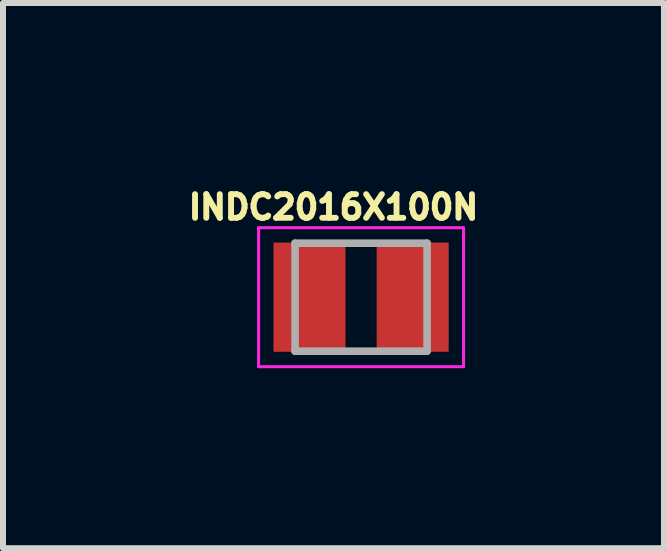
<source format=kicad_pcb>
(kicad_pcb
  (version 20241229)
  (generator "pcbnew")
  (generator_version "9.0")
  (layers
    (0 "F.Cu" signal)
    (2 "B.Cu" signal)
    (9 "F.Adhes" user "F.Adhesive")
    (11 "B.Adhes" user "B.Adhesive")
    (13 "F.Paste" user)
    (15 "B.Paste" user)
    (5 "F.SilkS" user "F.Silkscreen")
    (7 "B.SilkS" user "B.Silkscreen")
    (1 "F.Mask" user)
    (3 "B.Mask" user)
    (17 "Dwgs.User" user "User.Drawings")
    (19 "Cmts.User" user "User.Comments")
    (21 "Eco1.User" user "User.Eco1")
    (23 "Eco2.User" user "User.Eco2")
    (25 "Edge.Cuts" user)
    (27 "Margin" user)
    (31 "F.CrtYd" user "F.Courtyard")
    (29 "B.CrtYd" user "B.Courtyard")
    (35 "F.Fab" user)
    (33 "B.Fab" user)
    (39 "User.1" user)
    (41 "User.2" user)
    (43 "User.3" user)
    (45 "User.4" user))
  (footprint "INDC2016X100N"
    (layer "F.Cu")
    (at 2.968 1.903)
    (property "Reference" "INDC2016X100N" (at -0.46 -1.5 0) (layer "F.SilkS") (effects (font (size 0.394 0.394) (thickness 0.15))))
    (attr through_hole)
    (fp_line (start -1.708 -1.158) (end 1.708 -1.158) (stroke (width 0.05) (type solid)) (layer "F.CrtYd"))
    (fp_line (start -1.708 1.158) (end -1.708 -1.158) (stroke (width 0.05) (type solid)) (layer "F.CrtYd"))
    (fp_line (start -1.708 1.158) (end 1.708 1.158) (stroke (width 0.05) (type solid)) (layer "F.CrtYd"))
    (fp_line (start 1.708 1.158) (end 1.708 -1.158) (stroke (width 0.05) (type solid)) (layer "F.CrtYd"))
    (fp_line (start -1.1 0.9) (end -1.1 -0.9) (stroke (width 0.127) (type solid)) (layer "F.Fab"))
    (fp_line (start 1.1 -0.9) (end -1.1 -0.9) (stroke (width 0.127) (type solid)) (layer "F.Fab"))
    (fp_line (start 1.1 0.9) (end -1.1 0.9) (stroke (width 0.127) (type solid)) (layer "F.Fab"))
    (fp_line (start 1.1 0.9) (end 1.1 -0.9) (stroke (width 0.127) (type solid)) (layer "F.Fab"))
    (pad "1" smd rect (at -0.86 0) (size 1.2 1.82) (layers "F.Cu" "F.Mask" "F.Paste"))
    (pad "2" smd rect (at 0.86 0) (size 1.2 1.82) (layers "F.Cu" "F.Mask" "F.Paste")))
  (gr_rect
    (start -3 -3)
    (end 8.016 6.086)
    (stroke (width 0.1) (type default))
    (fill no)
    (layer "Edge.Cuts")))
</source>
